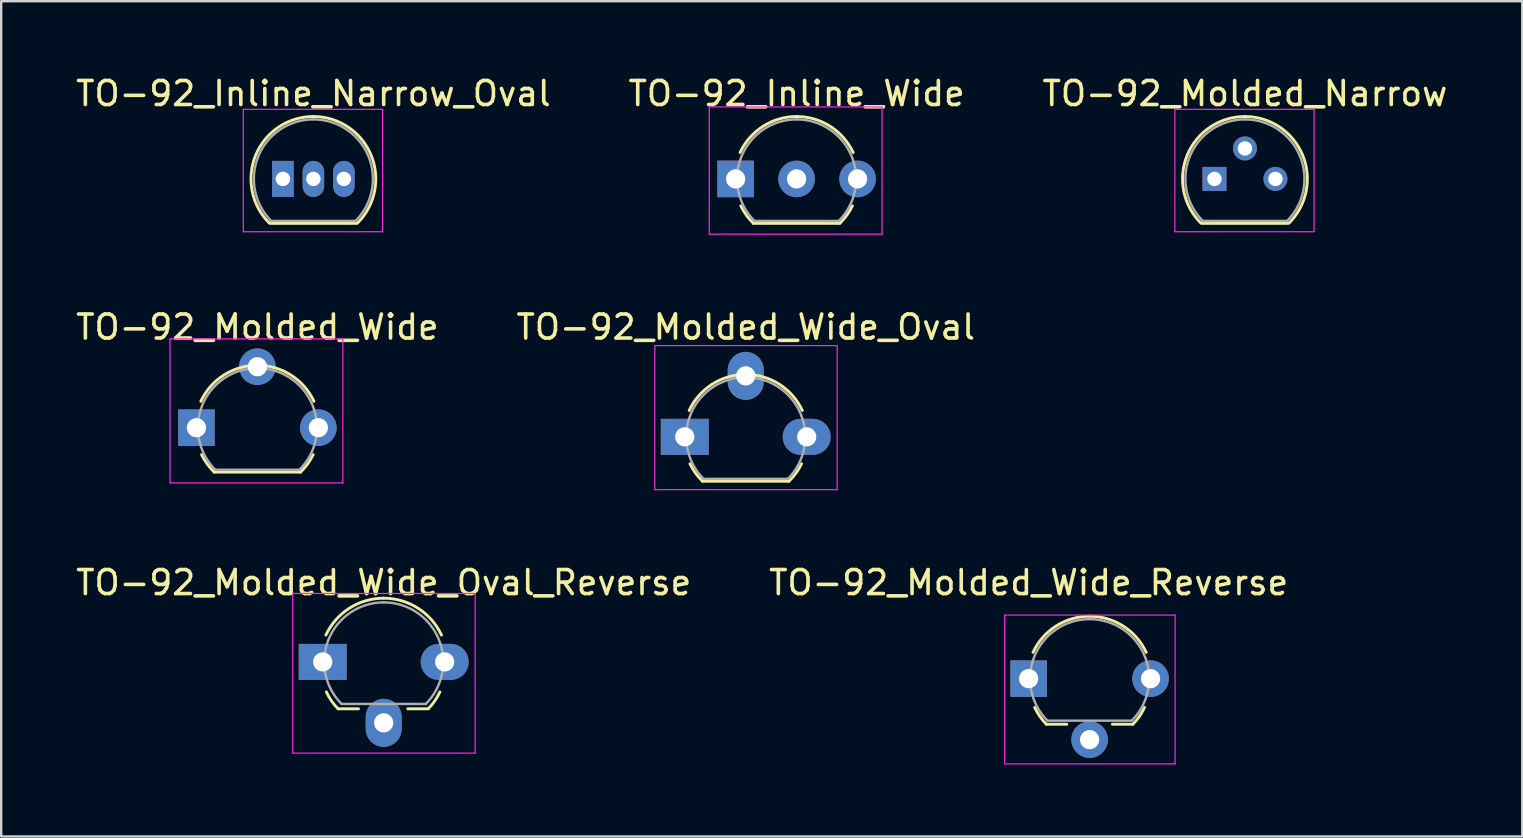
<source format=kicad_pcb>
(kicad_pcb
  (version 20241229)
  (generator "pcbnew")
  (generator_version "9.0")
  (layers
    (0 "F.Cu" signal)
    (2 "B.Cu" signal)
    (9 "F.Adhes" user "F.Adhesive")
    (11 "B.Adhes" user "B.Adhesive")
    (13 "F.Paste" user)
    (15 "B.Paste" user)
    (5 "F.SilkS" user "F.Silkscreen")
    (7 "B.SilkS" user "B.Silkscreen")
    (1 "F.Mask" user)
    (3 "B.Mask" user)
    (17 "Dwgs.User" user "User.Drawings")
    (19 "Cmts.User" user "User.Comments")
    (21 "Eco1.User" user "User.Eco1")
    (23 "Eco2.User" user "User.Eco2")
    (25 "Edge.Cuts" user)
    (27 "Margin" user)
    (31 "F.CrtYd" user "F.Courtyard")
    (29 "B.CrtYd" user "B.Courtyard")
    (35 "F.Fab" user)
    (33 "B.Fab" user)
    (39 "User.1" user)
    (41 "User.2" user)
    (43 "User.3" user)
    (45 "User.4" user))
  (footprint "TO-92_Molded_Wide"
    (layer "F.Cu")
    (at 5.133 14.768)
    (property "Reference" "TO-92_Molded_Wide" (at 2.54 -4.191 180) (layer "F.SilkS") (effects (font (size 1 1) (thickness 0.15))))
    (attr through_hole)
    (fp_line (start 0.74 1.85) (end 4.34 1.85) (stroke (width 0.12) (type solid)) (layer "F.SilkS"))
    (fp_arc (start 0.1836 -1.098807) (mid 1.143021 -2.192817) (end 2.54 -2.6) (stroke (width 0.12) (type solid)) (layer "F.SilkS"))
    (fp_arc (start 0.74 1.85) (mid 0.446097 1.509328) (end 0.215816 1.122795) (stroke (width 0.12) (type solid)) (layer "F.SilkS"))
    (fp_arc (start 2.54 -2.6) (mid 3.936979 -2.192818) (end 4.8964 -1.098807) (stroke (width 0.12) (type solid)) (layer "F.SilkS"))
    (fp_arc (start 4.864184 1.122795) (mid 4.633903 1.509328) (end 4.34 1.85) (stroke (width 0.12) (type solid)) (layer "F.SilkS"))
    (fp_line (start -1.1 -3.7) (end 6.1 -3.7) (stroke (width 0.05) (type solid)) (layer "F.CrtYd"))
    (fp_line (start -1.1 2.3) (end -1.1 -3.7) (stroke (width 0.05) (type solid)) (layer "F.CrtYd"))
    (fp_line (start 6.1 -3.7) (end 6.1 2.3) (stroke (width 0.05) (type solid)) (layer "F.CrtYd"))
    (fp_line (start 6.1 2.3) (end -1.1 2.3) (stroke (width 0.05) (type solid)) (layer "F.CrtYd"))
    (fp_line (start 0.8 1.75) (end 4.3 1.75) (stroke (width 0.1) (type solid)) (layer "F.Fab"))
    (fp_arc (start 0.786375 1.753625) (mid 0.248779 -0.949055) (end 2.54 -2.48) (stroke (width 0.1) (type solid)) (layer "F.Fab"))
    (fp_arc (start 2.54 -2.48) (mid 4.831221 -0.949055) (end 4.293625 1.753625) (stroke (width 0.1) (type solid)) (layer "F.Fab"))
    (pad "1" thru_hole rect (at 0 0 90) (size 1.524 1.524) (drill 0.8) (layers "*.Cu" "*.Mask"))
    (pad "2" thru_hole circle (at 2.54 -2.54 90) (size 1.524 1.524) (drill 0.8) (layers "*.Cu" "*.Mask"))
    (pad "3" thru_hole circle (at 5.08 0 90) (size 1.524 1.524) (drill 0.8) (layers "*.Cu" "*.Mask")))
  (footprint "TO-92_Molded_Wide_Oval"
    (layer "F.Cu")
    (at 25.478 15.149)
    (property "Reference" "TO-92_Molded_Wide_Oval" (at 2.54 -4.572 0) (layer "F.SilkS") (effects (font (size 1 1) (thickness 0.15))))
    (attr through_hole)
    (fp_line (start 0.74 1.85) (end 4.34 1.85) (stroke (width 0.12) (type solid)) (layer "F.SilkS"))
    (fp_arc (start 0.1836 -1.098807) (mid 1.143021 -2.192817) (end 2.54 -2.6) (stroke (width 0.12) (type solid)) (layer "F.SilkS"))
    (fp_arc (start 0.74 1.85) (mid 0.446097 1.509328) (end 0.215816 1.122795) (stroke (width 0.12) (type solid)) (layer "F.SilkS"))
    (fp_arc (start 2.54 -2.6) (mid 3.936979 -2.192818) (end 4.8964 -1.098807) (stroke (width 0.12) (type solid)) (layer "F.SilkS"))
    (fp_arc (start 4.864184 1.122795) (mid 4.633903 1.509328) (end 4.34 1.85) (stroke (width 0.12) (type solid)) (layer "F.SilkS"))
    (fp_line (start -1.25 -3.8) (end 6.35 -3.8) (stroke (width 0.05) (type solid)) (layer "F.CrtYd"))
    (fp_line (start -1.25 2.2) (end -1.25 -3.8) (stroke (width 0.05) (type solid)) (layer "F.CrtYd"))
    (fp_line (start -1.25 2.2) (end 6.35 2.2) (stroke (width 0.05) (type solid)) (layer "F.CrtYd"))
    (fp_line (start 6.35 2.2) (end 6.35 -3.8) (stroke (width 0.05) (type solid)) (layer "F.CrtYd"))
    (fp_line (start 0.8 1.75) (end 4.3 1.75) (stroke (width 0.1) (type solid)) (layer "F.Fab"))
    (fp_arc (start 0.786375 1.753625) (mid 0.248779 -0.949055) (end 2.54 -2.48) (stroke (width 0.1) (type solid)) (layer "F.Fab"))
    (fp_arc (start 2.54 -2.48) (mid 4.831221 -0.949055) (end 4.293625 1.753625) (stroke (width 0.1) (type solid)) (layer "F.Fab"))
    (pad "1" thru_hole rect (at 0 0 90) (size 1.501 1.999) (drill 0.8) (layers "*.Cu" "*.Mask"))
    (pad "2" thru_hole oval (at 2.54 -2.54 90) (size 1.999 1.501) (drill 0.8) (layers "*.Cu" "*.Mask"))
    (pad "3" thru_hole oval (at 5.08 0 90) (size 1.501 1.999) (drill 0.8) (layers "*.Cu" "*.Mask")))
  (footprint "TO-92_Molded_Wide_Reverse"
    (layer "F.Cu")
    (at 39.804 25.223)
    (property "Reference" "TO-92_Molded_Wide_Reverse" (at 0 -4 0) (layer "F.SilkS") (effects (font (size 1 1) (thickness 0.15))))
    (attr through_hole)
    (fp_line (start 0.74 1.9) (end 1.59 1.9) (stroke (width 0.12) (type solid)) (layer "F.SilkS"))
    (fp_line (start 3.49 1.9) (end 4.34 1.9) (stroke (width 0.12) (type solid)) (layer "F.SilkS"))
    (fp_arc (start 0.181686 -1.094693) (mid 1.141108 -2.191597) (end 2.54 -2.6) (stroke (width 0.12) (type solid)) (layer "F.SilkS"))
    (fp_arc (start 0.74 1.9) (mid 0.464627 1.570365) (end 0.252305 1.19699) (stroke (width 0.12) (type solid)) (layer "F.SilkS"))
    (fp_arc (start 2.54 -2.6) (mid 3.938892 -2.191598) (end 4.898314 -1.094693) (stroke (width 0.12) (type solid)) (layer "F.SilkS"))
    (fp_arc (start 4.827695 1.19699) (mid 4.615373 1.570365) (end 4.34 1.9) (stroke (width 0.12) (type solid)) (layer "F.SilkS"))
    (fp_line (start -1 -2.65) (end 6.1 -2.65) (stroke (width 0.05) (type solid)) (layer "F.CrtYd"))
    (fp_line (start -1 3.55) (end -1 -2.65) (stroke (width 0.05) (type solid)) (layer "F.CrtYd"))
    (fp_line (start -1 3.55) (end 6.1 3.55) (stroke (width 0.05) (type solid)) (layer "F.CrtYd"))
    (fp_line (start 6.1 3.55) (end 6.1 -2.65) (stroke (width 0.05) (type solid)) (layer "F.CrtYd"))
    (fp_line (start 0.8 1.75) (end 4.3 1.75) (stroke (width 0.1) (type solid)) (layer "F.Fab"))
    (fp_arc (start 0.786375 1.753625) (mid 0.248779 -0.949055) (end 2.54 -2.48) (stroke (width 0.1) (type solid)) (layer "F.Fab"))
    (fp_arc (start 2.54 -2.48) (mid 4.831221 -0.949055) (end 4.293625 1.753625) (stroke (width 0.1) (type solid)) (layer "F.Fab"))
    (pad "1" thru_hole rect (at 0 0 90) (size 1.524 1.524) (drill 0.8) (layers "*.Cu" "*.Mask"))
    (pad "2" thru_hole circle (at 2.54 2.54 90) (size 1.524 1.524) (drill 0.8) (layers "*.Cu" "*.Mask"))
    (pad "3" thru_hole circle (at 5.08 0 90) (size 1.524 1.524) (drill 0.8) (layers "*.Cu" "*.Mask")))
  (footprint "TO-92_Molded_Narrow"
    (layer "F.Cu")
    (at 47.545 4.404)
    (property "Reference" "TO-92_Molded_Narrow" (at 1.27 -3.556 0) (layer "F.SilkS") (effects (font (size 1 1) (thickness 0.15))))
    (attr through_hole)
    (fp_line (start -0.53 1.85) (end 3.07 1.85) (stroke (width 0.12) (type solid)) (layer "F.SilkS"))
    (fp_arc (start -0.568478 1.838478) (mid -1.132087 -0.994977) (end 1.27 -2.6) (stroke (width 0.12) (type solid)) (layer "F.SilkS"))
    (fp_arc (start 1.27 -2.6) (mid 3.672087 -0.994977) (end 3.108478 1.838478) (stroke (width 0.12) (type solid)) (layer "F.SilkS"))
    (fp_line (start -1.65 -2.9) (end 4.15 -2.9) (stroke (width 0.05) (type solid)) (layer "F.CrtYd"))
    (fp_line (start -1.65 2.2) (end -1.65 -2.9) (stroke (width 0.05) (type solid)) (layer "F.CrtYd"))
    (fp_line (start 4.15 -2.9) (end 4.15 2.2) (stroke (width 0.05) (type solid)) (layer "F.CrtYd"))
    (fp_line (start 4.15 2.2) (end -1.65 2.2) (stroke (width 0.05) (type solid)) (layer "F.CrtYd"))
    (fp_line (start -0.5 1.75) (end 3 1.75) (stroke (width 0.1) (type solid)) (layer "F.Fab"))
    (fp_arc (start -0.483625 1.753625) (mid -1.021221 -0.949055) (end 1.27 -2.48) (stroke (width 0.1) (type solid)) (layer "F.Fab"))
    (fp_arc (start 1.27 -2.48) (mid 3.561221 -0.949055) (end 3.023625 1.753625) (stroke (width 0.1) (type solid)) (layer "F.Fab"))
    (pad "1" thru_hole rect (at 0 0 90) (size 1 1) (drill 0.6) (layers "*.Cu" "*.Mask"))
    (pad "2" thru_hole circle (at 1.27 -1.27 90) (size 1 1) (drill 0.6) (layers "*.Cu" "*.Mask"))
    (pad "3" thru_hole circle (at 2.54 0 90) (size 1 1) (drill 0.6) (layers "*.Cu" "*.Mask")))
  (footprint "TO-92_Inline_Narrow_Oval"
    (layer "F.Cu")
    (at 8.736 4.404)
    (property "Reference" "TO-92_Inline_Narrow_Oval" (at 1.27 -3.556 0) (layer "F.SilkS") (effects (font (size 1 1) (thickness 0.15))))
    (attr through_hole)
    (fp_line (start -0.53 1.85) (end 3.07 1.85) (stroke (width 0.12) (type solid)) (layer "F.SilkS"))
    (fp_arc (start -0.568478 1.838478) (mid -1.132087 -0.994977) (end 1.27 -2.6) (stroke (width 0.12) (type solid)) (layer "F.SilkS"))
    (fp_arc (start 1.27 -2.6) (mid 3.672087 -0.994977) (end 3.108478 1.838478) (stroke (width 0.12) (type solid)) (layer "F.SilkS"))
    (fp_line (start -1.65 -2.9) (end 4.15 -2.9) (stroke (width 0.05) (type solid)) (layer "F.CrtYd"))
    (fp_line (start -1.65 2.2) (end -1.65 -2.9) (stroke (width 0.05) (type solid)) (layer "F.CrtYd"))
    (fp_line (start 4.15 -2.9) (end 4.15 2.2) (stroke (width 0.05) (type solid)) (layer "F.CrtYd"))
    (fp_line (start 4.15 2.2) (end -1.65 2.2) (stroke (width 0.05) (type solid)) (layer "F.CrtYd"))
    (fp_line (start -0.5 1.75) (end 3 1.75) (stroke (width 0.1) (type solid)) (layer "F.Fab"))
    (fp_arc (start -0.483625 1.753625) (mid -1.021221 -0.949055) (end 1.27 -2.48) (stroke (width 0.1) (type solid)) (layer "F.Fab"))
    (fp_arc (start 1.27 -2.48) (mid 3.561221 -0.949055) (end 3.023625 1.753625) (stroke (width 0.1) (type solid)) (layer "F.Fab"))
    (pad "1" thru_hole rect (at 0 0 180) (size 0.899 1.501) (drill 0.6) (layers "*.Cu" "*.Mask"))
    (pad "2" thru_hole oval (at 1.27 0 180) (size 0.899 1.501) (drill 0.6) (layers "*.Cu" "*.Mask"))
    (pad "3" thru_hole oval (at 2.54 0 180) (size 0.899 1.501) (drill 0.6) (layers "*.Cu" "*.Mask")))
  (footprint "TO-92_Molded_Wide_Oval_Reverse"
    (layer "F.Cu")
    (at 10.395 24.525)
    (property "Reference" "TO-92_Molded_Wide_Oval_Reverse" (at 2.54 -3.302 0) (layer "F.SilkS") (effects (font (size 1 1) (thickness 0.15))))
    (attr through_hole)
    (fp_line (start 0.64 1.954) (end 1.49 1.954) (stroke (width 0.12) (type solid)) (layer "F.SilkS"))
    (fp_line (start 3.544 1.954) (end 4.394 1.954) (stroke (width 0.12) (type solid)) (layer "F.SilkS"))
    (fp_arc (start 0.132705 -1.117429) (mid 1.112054 -2.237116) (end 2.54 -2.654) (stroke (width 0.12) (type solid)) (layer "F.SilkS"))
    (fp_arc (start 0.64 1.954) (mid 0.364627 1.624365) (end 0.152305 1.25099) (stroke (width 0.12) (type solid)) (layer "F.SilkS"))
    (fp_arc (start 2.54 -2.654) (mid 3.967946 -2.237116) (end 4.947295 -1.117429) (stroke (width 0.12) (type solid)) (layer "F.SilkS"))
    (fp_arc (start 4.881695 1.25099) (mid 4.669373 1.624365) (end 4.394 1.954) (stroke (width 0.12) (type solid)) (layer "F.SilkS"))
    (fp_line (start -1.25 -2.85) (end 6.35 -2.85) (stroke (width 0.05) (type solid)) (layer "F.CrtYd"))
    (fp_line (start -1.25 3.8) (end -1.25 -2.85) (stroke (width 0.05) (type solid)) (layer "F.CrtYd"))
    (fp_line (start -1.25 3.8) (end 6.35 3.8) (stroke (width 0.05) (type solid)) (layer "F.CrtYd"))
    (fp_line (start 6.35 3.8) (end 6.35 -2.85) (stroke (width 0.05) (type solid)) (layer "F.CrtYd"))
    (fp_line (start 0.8 1.75) (end 4.3 1.75) (stroke (width 0.1) (type solid)) (layer "F.Fab"))
    (fp_arc (start 0.786375 1.753625) (mid 0.248779 -0.949055) (end 2.54 -2.48) (stroke (width 0.1) (type solid)) (layer "F.Fab"))
    (fp_arc (start 2.54 -2.48) (mid 4.831221 -0.949055) (end 4.293625 1.753625) (stroke (width 0.1) (type solid)) (layer "F.Fab"))
    (pad "1" thru_hole rect (at 0 0 90) (size 1.5 2) (drill 0.8) (layers "*.Cu" "*.Mask"))
    (pad "2" thru_hole oval (at 2.54 2.54 90) (size 2 1.5) (drill 0.8) (layers "*.Cu" "*.Mask"))
    (pad "3" thru_hole oval (at 5.08 0 90) (size 1.5 2) (drill 0.8) (layers "*.Cu" "*.Mask")))
  (footprint "TO-92_Inline_Wide"
    (layer "F.Cu")
    (at 27.597 4.404)
    (property "Reference" "TO-92_Inline_Wide" (at 2.54 -3.556 180) (layer "F.SilkS") (effects (font (size 1 1) (thickness 0.15))))
    (attr through_hole)
    (fp_line (start 0.74 1.85) (end 4.34 1.85) (stroke (width 0.12) (type solid)) (layer "F.SilkS"))
    (fp_arc (start 0.1836 -1.098807) (mid 1.143021 -2.192817) (end 2.54 -2.6) (stroke (width 0.12) (type solid)) (layer "F.SilkS"))
    (fp_arc (start 0.74 1.85) (mid 0.446097 1.509328) (end 0.215816 1.122795) (stroke (width 0.12) (type solid)) (layer "F.SilkS"))
    (fp_arc (start 2.54 -2.6) (mid 3.936979 -2.192818) (end 4.8964 -1.098807) (stroke (width 0.12) (type solid)) (layer "F.SilkS"))
    (fp_arc (start 4.864184 1.122795) (mid 4.633903 1.509328) (end 4.34 1.85) (stroke (width 0.12) (type solid)) (layer "F.SilkS"))
    (fp_line (start -1.1 -3) (end 6.1 -3) (stroke (width 0.05) (type solid)) (layer "F.CrtYd"))
    (fp_line (start -1.1 2.3) (end -1.1 -3) (stroke (width 0.05) (type solid)) (layer "F.CrtYd"))
    (fp_line (start 6.1 -3) (end 6.1 2.3) (stroke (width 0.05) (type solid)) (layer "F.CrtYd"))
    (fp_line (start 6.1 2.3) (end -1.1 2.3) (stroke (width 0.05) (type solid)) (layer "F.CrtYd"))
    (fp_line (start 0.8 1.75) (end 4.3 1.75) (stroke (width 0.1) (type solid)) (layer "F.Fab"))
    (fp_arc (start 0.786375 1.753625) (mid 0.248779 -0.949055) (end 2.54 -2.48) (stroke (width 0.1) (type solid)) (layer "F.Fab"))
    (fp_arc (start 2.54 -2.48) (mid 4.831221 -0.949055) (end 4.293625 1.753625) (stroke (width 0.1) (type solid)) (layer "F.Fab"))
    (pad "1" thru_hole rect (at 0 0 90) (size 1.524 1.524) (drill 0.8) (layers "*.Cu" "*.Mask"))
    (pad "2" thru_hole circle (at 2.54 0 90) (size 1.524 1.524) (drill 0.8) (layers "*.Cu" "*.Mask"))
    (pad "3" thru_hole circle (at 5.08 0 90) (size 1.524 1.524) (drill 0.8) (layers "*.Cu" "*.Mask")))
  (gr_rect
    (start -3 -3)
    (end 60.369 31.798)
    (stroke (width 0.1) (type default))
    (fill no)
    (layer "Edge.Cuts")))
</source>
